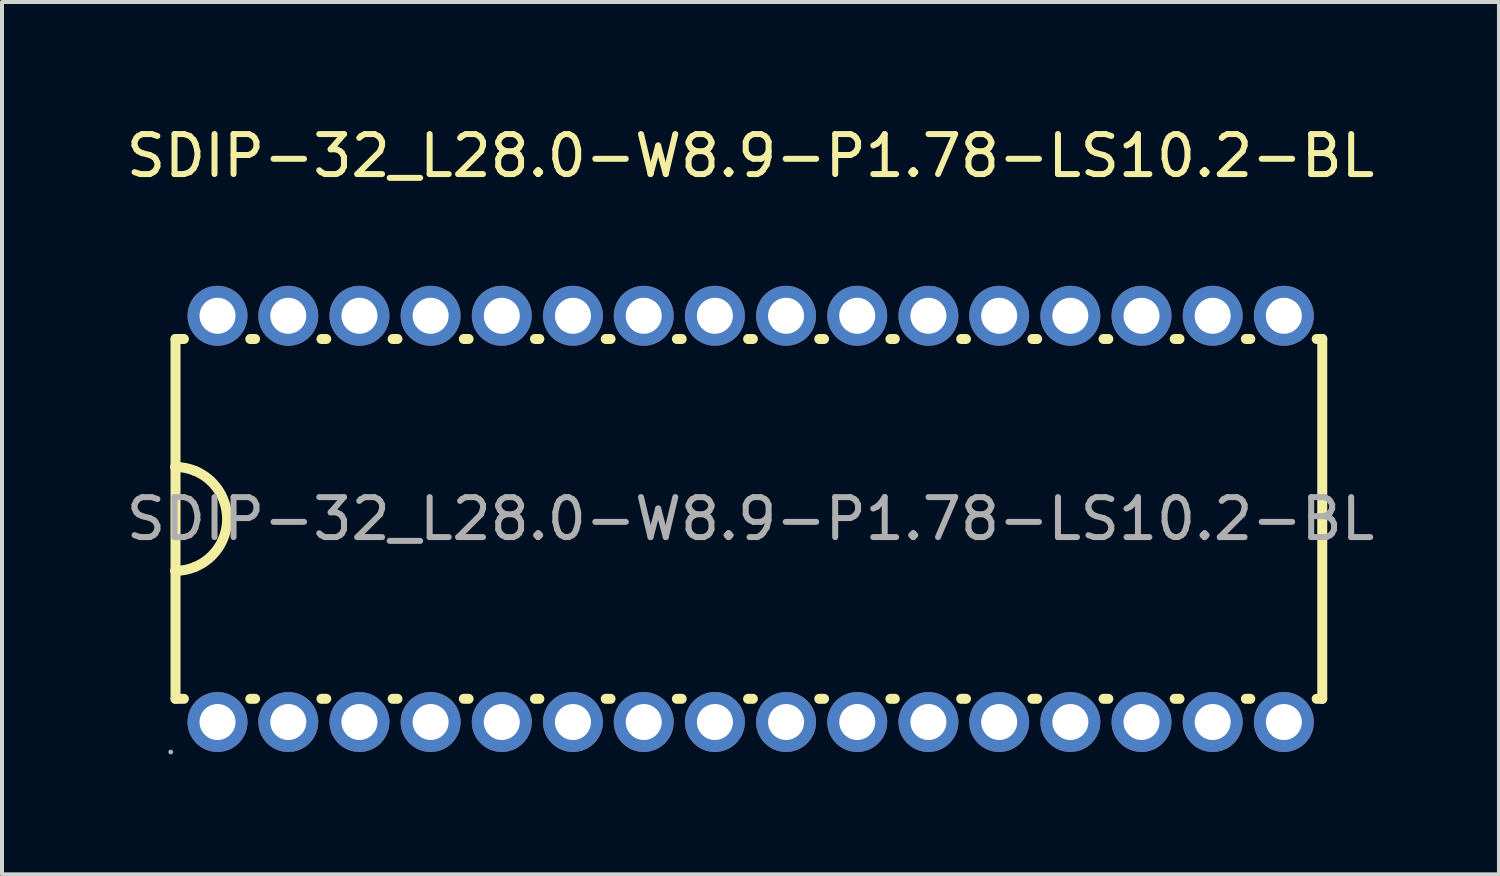
<source format=kicad_pcb>
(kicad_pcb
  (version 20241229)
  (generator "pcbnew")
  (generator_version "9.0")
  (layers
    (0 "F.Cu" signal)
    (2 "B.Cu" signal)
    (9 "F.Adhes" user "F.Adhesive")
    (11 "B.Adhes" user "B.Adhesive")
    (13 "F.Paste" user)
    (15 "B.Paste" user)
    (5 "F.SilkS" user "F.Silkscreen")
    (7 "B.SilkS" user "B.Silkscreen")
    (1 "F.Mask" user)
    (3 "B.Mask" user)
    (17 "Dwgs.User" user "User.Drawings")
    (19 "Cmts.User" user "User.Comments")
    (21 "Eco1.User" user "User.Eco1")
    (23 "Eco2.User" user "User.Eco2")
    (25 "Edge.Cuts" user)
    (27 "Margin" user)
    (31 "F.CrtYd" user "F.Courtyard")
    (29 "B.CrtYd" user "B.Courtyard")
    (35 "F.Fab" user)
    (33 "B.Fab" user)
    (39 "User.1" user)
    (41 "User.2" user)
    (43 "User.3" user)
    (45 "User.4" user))
  (footprint "SDIP-32_L28.0-W8.9-P1.78-LS10.2-BL"
    (layer "F.Cu")
    (at 15.72 9.928)
    (property "Reference" "SDIP-32_L28.0-W8.9-P1.78-LS10.2-BL" (at 0 -9.08 0) (layer "F.SilkS") (effects (font (size 1 1) (thickness 0.15))))
    (attr smd)
    (fp_line (start -14.38 -4.5) (end -14.17 -4.5) (stroke (width 0.25) (type solid)) (layer "F.SilkS"))
    (fp_line (start -14.38 -1.3) (end -14.38 -4.5) (stroke (width 0.25) (type solid)) (layer "F.SilkS"))
    (fp_line (start -14.38 1.3) (end -14.38 -1.3) (stroke (width 0.25) (type solid)) (layer "F.SilkS"))
    (fp_line (start -14.38 4.5) (end -14.38 1.3) (stroke (width 0.25) (type solid)) (layer "F.SilkS"))
    (fp_line (start -14.38 4.5) (end -14.17 4.5) (stroke (width 0.25) (type solid)) (layer "F.SilkS"))
    (fp_line (start -12.51 -4.5) (end -12.39 -4.5) (stroke (width 0.25) (type solid)) (layer "F.SilkS"))
    (fp_line (start -12.51 4.5) (end -12.39 4.5) (stroke (width 0.25) (type solid)) (layer "F.SilkS"))
    (fp_line (start -10.73 -4.5) (end -10.61 -4.5) (stroke (width 0.25) (type solid)) (layer "F.SilkS"))
    (fp_line (start -10.73 4.5) (end -10.61 4.5) (stroke (width 0.25) (type solid)) (layer "F.SilkS"))
    (fp_line (start -8.95 -4.5) (end -8.83 -4.5) (stroke (width 0.25) (type solid)) (layer "F.SilkS"))
    (fp_line (start -8.95 4.5) (end -8.83 4.5) (stroke (width 0.25) (type solid)) (layer "F.SilkS"))
    (fp_line (start -7.17 -4.5) (end -7.05 -4.5) (stroke (width 0.25) (type solid)) (layer "F.SilkS"))
    (fp_line (start -7.17 4.5) (end -7.05 4.5) (stroke (width 0.25) (type solid)) (layer "F.SilkS"))
    (fp_line (start -5.39 -4.5) (end -5.28 -4.5) (stroke (width 0.25) (type solid)) (layer "F.SilkS"))
    (fp_line (start -5.39 4.5) (end -5.28 4.5) (stroke (width 0.25) (type solid)) (layer "F.SilkS"))
    (fp_line (start -3.62 -4.5) (end -3.5 -4.5) (stroke (width 0.25) (type solid)) (layer "F.SilkS"))
    (fp_line (start -3.62 4.5) (end -3.5 4.5) (stroke (width 0.25) (type solid)) (layer "F.SilkS"))
    (fp_line (start -1.84 -4.5) (end -1.72 -4.5) (stroke (width 0.25) (type solid)) (layer "F.SilkS"))
    (fp_line (start -1.84 4.5) (end -1.72 4.5) (stroke (width 0.25) (type solid)) (layer "F.SilkS"))
    (fp_line (start -0.06 -4.5) (end 0.06 -4.5) (stroke (width 0.25) (type solid)) (layer "F.SilkS"))
    (fp_line (start -0.06 4.5) (end 0.06 4.5) (stroke (width 0.25) (type solid)) (layer "F.SilkS"))
    (fp_line (start 1.72 -4.5) (end 1.84 -4.5) (stroke (width 0.25) (type solid)) (layer "F.SilkS"))
    (fp_line (start 1.72 4.5) (end 1.84 4.5) (stroke (width 0.25) (type solid)) (layer "F.SilkS"))
    (fp_line (start 3.5 -4.5) (end 3.61 -4.5) (stroke (width 0.25) (type solid)) (layer "F.SilkS"))
    (fp_line (start 3.5 4.5) (end 3.61 4.5) (stroke (width 0.25) (type solid)) (layer "F.SilkS"))
    (fp_line (start 5.27 -4.5) (end 5.39 -4.5) (stroke (width 0.25) (type solid)) (layer "F.SilkS"))
    (fp_line (start 5.27 4.5) (end 5.39 4.5) (stroke (width 0.25) (type solid)) (layer "F.SilkS"))
    (fp_line (start 7.05 -4.5) (end 7.17 -4.5) (stroke (width 0.25) (type solid)) (layer "F.SilkS"))
    (fp_line (start 7.05 4.5) (end 7.17 4.5) (stroke (width 0.25) (type solid)) (layer "F.SilkS"))
    (fp_line (start 8.83 -4.5) (end 8.95 -4.5) (stroke (width 0.25) (type solid)) (layer "F.SilkS"))
    (fp_line (start 8.83 4.5) (end 8.95 4.5) (stroke (width 0.25) (type solid)) (layer "F.SilkS"))
    (fp_line (start 10.61 -4.5) (end 10.73 -4.5) (stroke (width 0.25) (type solid)) (layer "F.SilkS"))
    (fp_line (start 10.61 4.5) (end 10.73 4.5) (stroke (width 0.25) (type solid)) (layer "F.SilkS"))
    (fp_line (start 12.39 -4.5) (end 12.5 -4.5) (stroke (width 0.25) (type solid)) (layer "F.SilkS"))
    (fp_line (start 12.39 4.5) (end 12.5 4.5) (stroke (width 0.25) (type solid)) (layer "F.SilkS"))
    (fp_line (start 14.16 -4.5) (end 14.3 -4.5) (stroke (width 0.25) (type solid)) (layer "F.SilkS"))
    (fp_line (start 14.16 4.5) (end 14.3 4.5) (stroke (width 0.25) (type solid)) (layer "F.SilkS"))
    (fp_line (start 14.3 -4.5) (end 14.3 4.5) (stroke (width 0.25) (type solid)) (layer "F.SilkS"))
    (fp_arc (start -14.390003 -1.3) (mid -14.13505 -1.274755) (end -13.89 -1.2) (stroke (width 0.25) (type solid)) (layer "F.SilkS"))
    (fp_arc (start -13.889997 1.199999) (mid -14.135047 1.274755) (end -14.39 1.3) (stroke (width 0.25) (type solid)) (layer "F.SilkS"))
    (fp_arc (start -13.889994 -1.199998) (mid -13.09 0.000003) (end -13.89 1.2) (stroke (width 0.25) (type solid)) (layer "F.SilkS"))
    (fp_circle (center -14.5 5.83) (end -14.47 5.83) (stroke (width 0.06) (type solid)) (fill no) (layer "F.Fab"))
    (fp_circle (center -13.33 -5.08) (end -13.15 -5.08) (stroke (width 0.35) (type solid)) (fill no) (layer "F.Fab"))
    (fp_circle (center -13.33 5.08) (end -13.15 5.08) (stroke (width 0.35) (type solid)) (fill no) (layer "F.Fab"))
    (fp_circle (center -11.56 -5.08) (end -11.38 -5.08) (stroke (width 0.35) (type solid)) (fill no) (layer "F.Fab"))
    (fp_circle (center -11.56 5.08) (end -11.38 5.08) (stroke (width 0.35) (type solid)) (fill no) (layer "F.Fab"))
    (fp_circle (center -9.78 -5.08) (end -9.6 -5.08) (stroke (width 0.35) (type solid)) (fill no) (layer "F.Fab"))
    (fp_circle (center -9.78 5.08) (end -9.6 5.08) (stroke (width 0.35) (type solid)) (fill no) (layer "F.Fab"))
    (fp_circle (center -8 -5.08) (end -7.82 -5.08) (stroke (width 0.35) (type solid)) (fill no) (layer "F.Fab"))
    (fp_circle (center -8 5.08) (end -7.82 5.08) (stroke (width 0.35) (type solid)) (fill no) (layer "F.Fab"))
    (fp_circle (center -6.22 -5.08) (end -6.04 -5.08) (stroke (width 0.35) (type solid)) (fill no) (layer "F.Fab"))
    (fp_circle (center -6.22 5.08) (end -6.04 5.08) (stroke (width 0.35) (type solid)) (fill no) (layer "F.Fab"))
    (fp_circle (center -4.44 -5.08) (end -4.26 -5.08) (stroke (width 0.35) (type solid)) (fill no) (layer "F.Fab"))
    (fp_circle (center -4.44 5.08) (end -4.26 5.08) (stroke (width 0.35) (type solid)) (fill no) (layer "F.Fab"))
    (fp_circle (center -2.67 -5.08) (end -2.49 -5.08) (stroke (width 0.35) (type solid)) (fill no) (layer "F.Fab"))
    (fp_circle (center -2.67 5.08) (end -2.49 5.08) (stroke (width 0.35) (type solid)) (fill no) (layer "F.Fab"))
    (fp_circle (center -0.89 -5.08) (end -0.71 -5.08) (stroke (width 0.35) (type solid)) (fill no) (layer "F.Fab"))
    (fp_circle (center -0.89 5.08) (end -0.71 5.08) (stroke (width 0.35) (type solid)) (fill no) (layer "F.Fab"))
    (fp_circle (center 0.89 -5.08) (end 1.07 -5.08) (stroke (width 0.35) (type solid)) (fill no) (layer "F.Fab"))
    (fp_circle (center 0.89 5.08) (end 1.07 5.08) (stroke (width 0.35) (type solid)) (fill no) (layer "F.Fab"))
    (fp_circle (center 2.67 -5.08) (end 2.85 -5.08) (stroke (width 0.35) (type solid)) (fill no) (layer "F.Fab"))
    (fp_circle (center 2.67 5.08) (end 2.85 5.08) (stroke (width 0.35) (type solid)) (fill no) (layer "F.Fab"))
    (fp_circle (center 4.45 -5.08) (end 4.63 -5.08) (stroke (width 0.35) (type solid)) (fill no) (layer "F.Fab"))
    (fp_circle (center 4.45 5.08) (end 4.63 5.08) (stroke (width 0.35) (type solid)) (fill no) (layer "F.Fab"))
    (fp_circle (center 6.22 -5.08) (end 6.4 -5.08) (stroke (width 0.35) (type solid)) (fill no) (layer "F.Fab"))
    (fp_circle (center 6.22 5.08) (end 6.4 5.08) (stroke (width 0.35) (type solid)) (fill no) (layer "F.Fab"))
    (fp_circle (center 8 -5.08) (end 8.18 -5.08) (stroke (width 0.35) (type solid)) (fill no) (layer "F.Fab"))
    (fp_circle (center 8 5.08) (end 8.18 5.08) (stroke (width 0.35) (type solid)) (fill no) (layer "F.Fab"))
    (fp_circle (center 9.78 -5.08) (end 9.96 -5.08) (stroke (width 0.35) (type solid)) (fill no) (layer "F.Fab"))
    (fp_circle (center 9.78 5.08) (end 9.96 5.08) (stroke (width 0.35) (type solid)) (fill no) (layer "F.Fab"))
    (fp_circle (center 11.56 -5.08) (end 11.74 -5.08) (stroke (width 0.35) (type solid)) (fill no) (layer "F.Fab"))
    (fp_circle (center 11.56 5.08) (end 11.74 5.08) (stroke (width 0.35) (type solid)) (fill no) (layer "F.Fab"))
    (fp_circle (center 13.34 -5.08) (end 13.52 -5.08) (stroke (width 0.35) (type solid)) (fill no) (layer "F.Fab"))
    (fp_circle (center 13.34 5.08) (end 13.52 5.08) (stroke (width 0.35) (type solid)) (fill no) (layer "F.Fab"))
    (fp_text user "${REFERENCE}" (at 0 0 0) (layer "F.Fab") (effects (font (size 1 1) (thickness 0.15))))
    (pad "1" thru_hole circle (at -13.33 5.08 270) (size 1.5 1.5) (drill 0.9) (layers "*.Cu" "*.Paste" "*.Mask"))
    (pad "2" thru_hole circle (at -11.56 5.08 270) (size 1.5 1.5) (drill 0.9) (layers "*.Cu" "*.Paste" "*.Mask"))
    (pad "3" thru_hole circle (at -9.78 5.08 270) (size 1.5 1.5) (drill 0.9) (layers "*.Cu" "*.Paste" "*.Mask"))
    (pad "4" thru_hole circle (at -8 5.08 270) (size 1.5 1.5) (drill 0.9) (layers "*.Cu" "*.Paste" "*.Mask"))
    (pad "5" thru_hole circle (at -6.22 5.08 270) (size 1.5 1.5) (drill 0.9) (layers "*.Cu" "*.Paste" "*.Mask"))
    (pad "6" thru_hole circle (at -4.44 5.08 270) (size 1.5 1.5) (drill 0.9) (layers "*.Cu" "*.Paste" "*.Mask"))
    (pad "7" thru_hole circle (at -2.67 5.08 270) (size 1.5 1.5) (drill 0.9) (layers "*.Cu" "*.Paste" "*.Mask"))
    (pad "8" thru_hole circle (at -0.89 5.08 270) (size 1.5 1.5) (drill 0.9) (layers "*.Cu" "*.Paste" "*.Mask"))
    (pad "9" thru_hole circle (at 0.89 5.08 270) (size 1.5 1.5) (drill 0.9) (layers "*.Cu" "*.Paste" "*.Mask"))
    (pad "10" thru_hole circle (at 2.67 5.08 270) (size 1.5 1.5) (drill 0.9) (layers "*.Cu" "*.Paste" "*.Mask"))
    (pad "11" thru_hole circle (at 4.45 5.08 270) (size 1.5 1.5) (drill 0.9) (layers "*.Cu" "*.Paste" "*.Mask"))
    (pad "12" thru_hole circle (at 6.22 5.08 270) (size 1.5 1.5) (drill 0.9) (layers "*.Cu" "*.Paste" "*.Mask"))
    (pad "13" thru_hole circle (at 8 5.08 270) (size 1.5 1.5) (drill 0.9) (layers "*.Cu" "*.Paste" "*.Mask"))
    (pad "14" thru_hole circle (at 9.78 5.08 270) (size 1.5 1.5) (drill 0.9) (layers "*.Cu" "*.Paste" "*.Mask"))
    (pad "15" thru_hole circle (at 11.56 5.08 270) (size 1.5 1.5) (drill 0.9) (layers "*.Cu" "*.Paste" "*.Mask"))
    (pad "16" thru_hole circle (at 13.34 5.08 270) (size 1.5 1.5) (drill 0.9) (layers "*.Cu" "*.Paste" "*.Mask"))
    (pad "17" thru_hole circle (at 13.34 -5.08 90) (size 1.5 1.5) (drill 0.9) (layers "*.Cu" "*.Paste" "*.Mask"))
    (pad "18" thru_hole circle (at 11.56 -5.08 90) (size 1.5 1.5) (drill 0.9) (layers "*.Cu" "*.Paste" "*.Mask"))
    (pad "19" thru_hole circle (at 9.78 -5.08 90) (size 1.5 1.5) (drill 0.9) (layers "*.Cu" "*.Paste" "*.Mask"))
    (pad "20" thru_hole circle (at 8 -5.08 90) (size 1.5 1.5) (drill 0.9) (layers "*.Cu" "*.Paste" "*.Mask"))
    (pad "21" thru_hole circle (at 6.22 -5.08 90) (size 1.5 1.5) (drill 0.9) (layers "*.Cu" "*.Paste" "*.Mask"))
    (pad "22" thru_hole circle (at 4.45 -5.08 90) (size 1.5 1.5) (drill 0.9) (layers "*.Cu" "*.Paste" "*.Mask"))
    (pad "23" thru_hole circle (at 2.67 -5.08 90) (size 1.5 1.5) (drill 0.9) (layers "*.Cu" "*.Paste" "*.Mask"))
    (pad "24" thru_hole circle (at 0.89 -5.08 90) (size 1.5 1.5) (drill 0.9) (layers "*.Cu" "*.Paste" "*.Mask"))
    (pad "25" thru_hole circle (at -0.89 -5.08 90) (size 1.5 1.5) (drill 0.9) (layers "*.Cu" "*.Paste" "*.Mask"))
    (pad "26" thru_hole circle (at -2.67 -5.08 90) (size 1.5 1.5) (drill 0.9) (layers "*.Cu" "*.Paste" "*.Mask"))
    (pad "27" thru_hole circle (at -4.44 -5.08 90) (size 1.5 1.5) (drill 0.9) (layers "*.Cu" "*.Paste" "*.Mask"))
    (pad "28" thru_hole circle (at -6.22 -5.08 90) (size 1.5 1.5) (drill 0.9) (layers "*.Cu" "*.Paste" "*.Mask"))
    (pad "29" thru_hole circle (at -8 -5.08 90) (size 1.5 1.5) (drill 0.9) (layers "*.Cu" "*.Paste" "*.Mask"))
    (pad "30" thru_hole circle (at -9.78 -5.08 90) (size 1.5 1.5) (drill 0.9) (layers "*.Cu" "*.Paste" "*.Mask"))
    (pad "31" thru_hole circle (at -11.56 -5.08 90) (size 1.5 1.5) (drill 0.9) (layers "*.Cu" "*.Paste" "*.Mask"))
    (pad "32" thru_hole circle (at -13.33 -5.08 90) (size 1.5 1.5) (drill 0.9) (layers "*.Cu" "*.Paste" "*.Mask")))
  (gr_rect
    (start -3 -3)
    (end 34.44 18.818)
    (stroke (width 0.1) (type default))
    (fill no)
    (layer "Edge.Cuts")))
</source>
